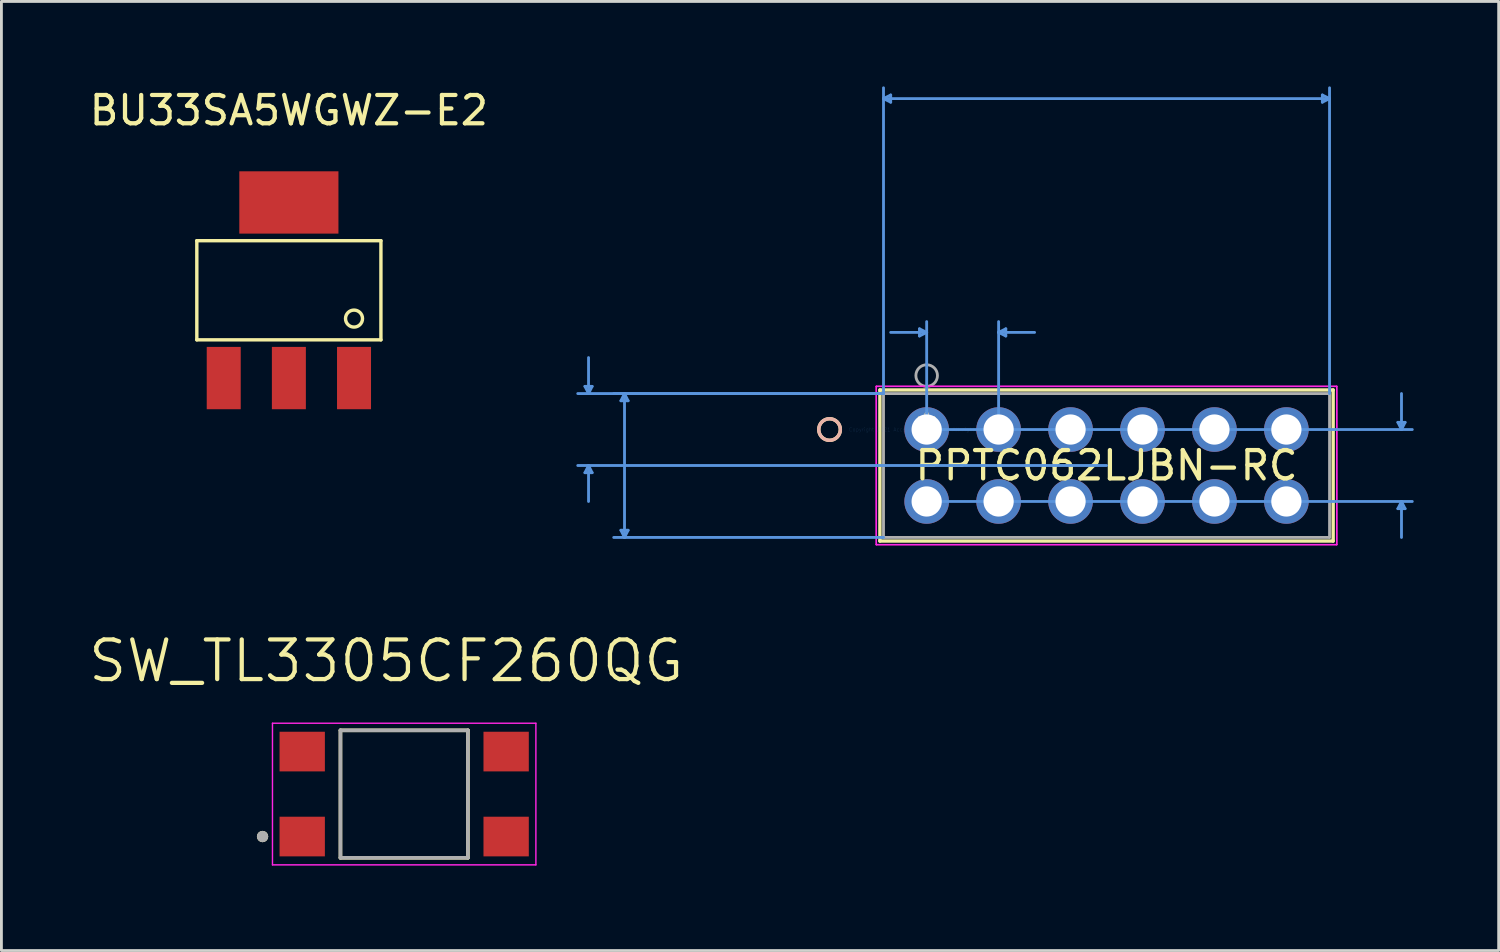
<source format=kicad_pcb>
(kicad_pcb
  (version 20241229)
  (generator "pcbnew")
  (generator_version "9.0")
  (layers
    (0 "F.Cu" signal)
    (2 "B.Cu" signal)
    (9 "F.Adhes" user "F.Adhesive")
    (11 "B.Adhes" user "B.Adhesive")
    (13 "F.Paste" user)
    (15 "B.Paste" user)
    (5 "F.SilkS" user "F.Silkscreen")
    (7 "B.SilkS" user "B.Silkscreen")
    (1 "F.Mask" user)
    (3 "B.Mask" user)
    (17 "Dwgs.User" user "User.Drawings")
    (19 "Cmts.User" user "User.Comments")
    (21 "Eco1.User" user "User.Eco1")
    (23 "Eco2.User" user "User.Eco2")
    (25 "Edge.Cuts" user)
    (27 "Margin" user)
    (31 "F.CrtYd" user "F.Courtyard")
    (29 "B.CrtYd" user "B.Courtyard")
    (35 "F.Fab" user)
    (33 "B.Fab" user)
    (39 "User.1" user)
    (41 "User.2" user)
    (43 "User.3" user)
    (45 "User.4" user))
  (footprint "PPTC062LJBN-RC"
    (layer "F.Cu")
    (at 29.667 12.115)
    (property "Reference" "PPTC062LJBN-RC" (at 6.35 1.27 0) (layer "F.SilkS") (effects (font (size 1 1) (thickness 0.15))))
    (attr through_hole)
    (fp_line (start -1.651 -1.397) (end -1.651 3.937) (stroke (width 0.12) (type solid)) (layer "F.SilkS"))
    (fp_line (start -1.651 3.937) (end 14.351 3.937) (stroke (width 0.12) (type solid)) (layer "F.SilkS"))
    (fp_line (start 14.351 -1.397) (end -1.651 -1.397) (stroke (width 0.12) (type solid)) (layer "F.SilkS"))
    (fp_line (start 14.351 3.937) (end 14.351 -1.397) (stroke (width 0.12) (type solid)) (layer "F.SilkS"))
    (fp_circle (center -3.429 0) (end -3.048 0) (stroke (width 0.12) (type solid)) (fill no) (layer "F.SilkS"))
    (fp_circle (center -3.429 0) (end -3.048 0) (stroke (width 0.12) (type solid)) (fill no) (layer "B.SilkS"))
    (fp_line (start -12.065 -1.524) (end -11.811 -1.524) (stroke (width 0.1) (type solid)) (layer "Cmts.User"))
    (fp_line (start -12.065 1.524) (end -11.811 1.524) (stroke (width 0.1) (type solid)) (layer "Cmts.User"))
    (fp_line (start -11.938 -1.27) (end -12.065 -1.524) (stroke (width 0.1) (type solid)) (layer "Cmts.User"))
    (fp_line (start -11.938 -1.27) (end -11.938 -2.54) (stroke (width 0.1) (type solid)) (layer "Cmts.User"))
    (fp_line (start -11.938 -1.27) (end -11.811 -1.524) (stroke (width 0.1) (type solid)) (layer "Cmts.User"))
    (fp_line (start -11.938 1.27) (end -12.065 1.524) (stroke (width 0.1) (type solid)) (layer "Cmts.User"))
    (fp_line (start -11.938 1.27) (end -11.938 2.54) (stroke (width 0.1) (type solid)) (layer "Cmts.User"))
    (fp_line (start -11.938 1.27) (end -11.811 1.524) (stroke (width 0.1) (type solid)) (layer "Cmts.User"))
    (fp_line (start -10.795 -1.016) (end -10.541 -1.016) (stroke (width 0.1) (type solid)) (layer "Cmts.User"))
    (fp_line (start -10.795 3.556) (end -10.541 3.556) (stroke (width 0.1) (type solid)) (layer "Cmts.User"))
    (fp_line (start -10.668 -1.27) (end -10.795 -1.016) (stroke (width 0.1) (type solid)) (layer "Cmts.User"))
    (fp_line (start -10.668 -1.27) (end -10.668 3.81) (stroke (width 0.1) (type solid)) (layer "Cmts.User"))
    (fp_line (start -10.668 -1.27) (end -10.541 -1.016) (stroke (width 0.1) (type solid)) (layer "Cmts.User"))
    (fp_line (start -10.668 3.81) (end -10.795 3.556) (stroke (width 0.1) (type solid)) (layer "Cmts.User"))
    (fp_line (start -10.668 3.81) (end -10.541 3.556) (stroke (width 0.1) (type solid)) (layer "Cmts.User"))
    (fp_line (start -1.524 -11.684) (end -1.27 -11.811) (stroke (width 0.1) (type solid)) (layer "Cmts.User"))
    (fp_line (start -1.524 -11.684) (end -1.27 -11.557) (stroke (width 0.1) (type solid)) (layer "Cmts.User"))
    (fp_line (start -1.524 -11.684) (end 14.224 -11.684) (stroke (width 0.1) (type solid)) (layer "Cmts.User"))
    (fp_line (start -1.524 -1.27) (end -12.319 -1.27) (stroke (width 0.1) (type solid)) (layer "Cmts.User"))
    (fp_line (start -1.524 -1.27) (end -11.049 -1.27) (stroke (width 0.1) (type solid)) (layer "Cmts.User"))
    (fp_line (start -1.524 -1.27) (end -1.524 -12.065) (stroke (width 0.1) (type solid)) (layer "Cmts.User"))
    (fp_line (start -1.524 3.81) (end -11.049 3.81) (stroke (width 0.1) (type solid)) (layer "Cmts.User"))
    (fp_line (start -1.27 -11.811) (end -1.27 -11.557) (stroke (width 0.1) (type solid)) (layer "Cmts.User"))
    (fp_line (start -0.254 -3.556) (end -0.254 -3.302) (stroke (width 0.1) (type solid)) (layer "Cmts.User"))
    (fp_line (start 0 -3.429) (end -1.27 -3.429) (stroke (width 0.1) (type solid)) (layer "Cmts.User"))
    (fp_line (start 0 -3.429) (end -0.254 -3.556) (stroke (width 0.1) (type solid)) (layer "Cmts.User"))
    (fp_line (start 0 -3.429) (end -0.254 -3.302) (stroke (width 0.1) (type solid)) (layer "Cmts.User"))
    (fp_line (start 0 0) (end 0 -3.81) (stroke (width 0.1) (type solid)) (layer "Cmts.User"))
    (fp_line (start 0 0) (end 17.145 0) (stroke (width 0.1) (type solid)) (layer "Cmts.User"))
    (fp_line (start 0 2.54) (end 17.145 2.54) (stroke (width 0.1) (type solid)) (layer "Cmts.User"))
    (fp_line (start 2.54 -3.429) (end 2.794 -3.556) (stroke (width 0.1) (type solid)) (layer "Cmts.User"))
    (fp_line (start 2.54 -3.429) (end 2.794 -3.302) (stroke (width 0.1) (type solid)) (layer "Cmts.User"))
    (fp_line (start 2.54 -3.429) (end 3.81 -3.429) (stroke (width 0.1) (type solid)) (layer "Cmts.User"))
    (fp_line (start 2.54 0) (end 2.54 -3.81) (stroke (width 0.1) (type solid)) (layer "Cmts.User"))
    (fp_line (start 2.794 -3.556) (end 2.794 -3.302) (stroke (width 0.1) (type solid)) (layer "Cmts.User"))
    (fp_line (start 6.35 1.27) (end -12.319 1.27) (stroke (width 0.1) (type solid)) (layer "Cmts.User"))
    (fp_line (start 13.97 -11.811) (end 13.97 -11.557) (stroke (width 0.1) (type solid)) (layer "Cmts.User"))
    (fp_line (start 14.224 -11.684) (end 13.97 -11.811) (stroke (width 0.1) (type solid)) (layer "Cmts.User"))
    (fp_line (start 14.224 -11.684) (end 13.97 -11.557) (stroke (width 0.1) (type solid)) (layer "Cmts.User"))
    (fp_line (start 14.224 -1.27) (end 14.224 -12.065) (stroke (width 0.1) (type solid)) (layer "Cmts.User"))
    (fp_line (start 16.637 -0.254) (end 16.891 -0.254) (stroke (width 0.1) (type solid)) (layer "Cmts.User"))
    (fp_line (start 16.637 2.794) (end 16.891 2.794) (stroke (width 0.1) (type solid)) (layer "Cmts.User"))
    (fp_line (start 16.764 0) (end 16.637 -0.254) (stroke (width 0.1) (type solid)) (layer "Cmts.User"))
    (fp_line (start 16.764 0) (end 16.764 -1.27) (stroke (width 0.1) (type solid)) (layer "Cmts.User"))
    (fp_line (start 16.764 0) (end 16.891 -0.254) (stroke (width 0.1) (type solid)) (layer "Cmts.User"))
    (fp_line (start 16.764 2.54) (end 16.637 2.794) (stroke (width 0.1) (type solid)) (layer "Cmts.User"))
    (fp_line (start 16.764 2.54) (end 16.764 3.81) (stroke (width 0.1) (type solid)) (layer "Cmts.User"))
    (fp_line (start 16.764 2.54) (end 16.891 2.794) (stroke (width 0.1) (type solid)) (layer "Cmts.User"))
    (fp_line (start -1.778 -1.524) (end -1.778 4.064) (stroke (width 0.05) (type solid)) (layer "F.CrtYd"))
    (fp_line (start -1.778 -1.524) (end -1.778 4.064) (stroke (width 0.05) (type solid)) (layer "F.CrtYd"))
    (fp_line (start -1.778 4.064) (end 14.478 4.064) (stroke (width 0.05) (type solid)) (layer "F.CrtYd"))
    (fp_line (start -1.778 4.064) (end 14.478 4.064) (stroke (width 0.05) (type solid)) (layer "F.CrtYd"))
    (fp_line (start 14.478 -1.524) (end -1.778 -1.524) (stroke (width 0.05) (type solid)) (layer "F.CrtYd"))
    (fp_line (start 14.478 -1.524) (end -1.778 -1.524) (stroke (width 0.05) (type solid)) (layer "F.CrtYd"))
    (fp_line (start 14.478 4.064) (end 14.478 -1.524) (stroke (width 0.05) (type solid)) (layer "F.CrtYd"))
    (fp_line (start 14.478 4.064) (end 14.478 -1.524) (stroke (width 0.05) (type solid)) (layer "F.CrtYd"))
    (fp_line (start -1.524 -1.27) (end -1.524 3.81) (stroke (width 0.1) (type solid)) (layer "F.Fab"))
    (fp_line (start -1.524 3.81) (end 14.224 3.81) (stroke (width 0.1) (type solid)) (layer "F.Fab"))
    (fp_line (start 14.224 -1.27) (end -1.524 -1.27) (stroke (width 0.1) (type solid)) (layer "F.Fab"))
    (fp_line (start 14.224 3.81) (end 14.224 -1.27) (stroke (width 0.1) (type solid)) (layer "F.Fab"))
    (fp_circle (center 0 -1.905) (end 0.381 -1.905) (stroke (width 0.1) (type solid)) (fill no) (layer "F.Fab"))
    (fp_text user "*" (at 0 0 0) (layer "F.SilkS") (effects (font (size 1 1) (thickness 0.15))))
    (fp_text user "Copyright 2021 Accelerated Designs. All rights reserved." (at 0 0 0) (layer "Cmts.User") (effects (font (size 0.127 0.127) (thickness 0.002))))
    (fp_text user "*" (at 0 0 0) (layer "F.Fab") (effects (font (size 1 1) (thickness 0.15))))
    (pad "1" thru_hole circle (at 0 0) (size 1.575 1.575) (drill 1.067) (layers "*.Cu" "*.Mask"))
    (pad "2" thru_hole circle (at 2.54 0) (size 1.575 1.575) (drill 1.067) (layers "*.Cu" "*.Mask"))
    (pad "3" thru_hole circle (at 5.08 0) (size 1.575 1.575) (drill 1.067) (layers "*.Cu" "*.Mask"))
    (pad "4" thru_hole circle (at 7.62 0) (size 1.575 1.575) (drill 1.067) (layers "*.Cu" "*.Mask"))
    (pad "5" thru_hole circle (at 10.16 0) (size 1.575 1.575) (drill 1.067) (layers "*.Cu" "*.Mask"))
    (pad "6" thru_hole circle (at 12.7 0) (size 1.575 1.575) (drill 1.067) (layers "*.Cu" "*.Mask"))
    (pad "7" thru_hole circle (at 0 2.54) (size 1.575 1.575) (drill 1.067) (layers "*.Cu" "*.Mask"))
    (pad "8" thru_hole circle (at 2.54 2.54) (size 1.575 1.575) (drill 1.067) (layers "*.Cu" "*.Mask"))
    (pad "9" thru_hole circle (at 5.08 2.54) (size 1.575 1.575) (drill 1.067) (layers "*.Cu" "*.Mask"))
    (pad "10" thru_hole circle (at 7.62 2.54) (size 1.575 1.575) (drill 1.067) (layers "*.Cu" "*.Mask"))
    (pad "11" thru_hole circle (at 10.16 2.54) (size 1.575 1.575) (drill 1.067) (layers "*.Cu" "*.Mask"))
    (pad "12" thru_hole circle (at 12.7 2.54) (size 1.575 1.575) (drill 1.067) (layers "*.Cu" "*.Mask")))
  (footprint "BU33SA5WGWZ-E2"
    (layer "F.Cu")
    (at 7.149 7.198)
    (property "Reference" "BU33SA5WGWZ-E2" (at 0 -6.35 0) (layer "F.SilkS") (effects (font (size 1 1) (thickness 0.15))))
    (attr smd)
    (fp_line (start -3.25 1.75) (end -3.25 -1.75) (stroke (width 0.12) (type solid)) (layer "F.SilkS"))
    (fp_line (start -3.25 1.75) (end 3.25 1.75) (stroke (width 0.12) (type solid)) (layer "F.SilkS"))
    (fp_line (start 3.25 -1.75) (end -3.25 -1.75) (stroke (width 0.12) (type solid)) (layer "F.SilkS"))
    (fp_line (start 3.25 1.75) (end 3.25 -1.75) (stroke (width 0.12) (type solid)) (layer "F.SilkS"))
    (fp_circle (center 2.3 1) (end 2.6 1) (stroke (width 0.12) (type solid)) (fill no) (layer "F.SilkS"))
    (pad "1" smd rect (at 2.3 3.1) (size 1.2 2.2) (layers "F.Cu" "F.Mask" "F.Paste"))
    (pad "2" smd rect (at 0 3.1) (size 1.2 2.2) (layers "F.Cu" "F.Mask" "F.Paste"))
    (pad "3" smd rect (at -2.3 3.1) (size 1.2 2.2) (layers "F.Cu" "F.Mask" "F.Paste"))
    (pad "Vout" smd rect (at 0 -3.1) (size 3.5 2.2) (layers "F.Cu" "F.Mask" "F.Paste")))
  (footprint "SW_TL3305CF260QG"
    (layer "F.Cu")
    (at 11.22 24.985)
    (property "Reference" "SW_TL3305CF260QG" (at -0.635 -4.699 0) (layer "F.SilkS") (effects (font (size 1.4 1.4) (thickness 0.15))))
    (attr through_hole)
    (fp_line (start -2.25 -2.25) (end -2.25 2.25) (stroke (width 0.127) (type solid)) (layer "F.SilkS"))
    (fp_line (start -2.25 2.25) (end 2.25 2.25) (stroke (width 0.127) (type solid)) (layer "F.SilkS"))
    (fp_line (start 2.25 -2.25) (end -2.25 -2.25) (stroke (width 0.127) (type solid)) (layer "F.SilkS"))
    (fp_line (start 2.25 2.25) (end 2.25 -2.25) (stroke (width 0.127) (type solid)) (layer "F.SilkS"))
    (fp_circle (center -5 1.5) (end -4.9 1.5) (stroke (width 0.2) (type solid)) (fill no) (layer "F.SilkS"))
    (fp_line (start -4.65 -2.5) (end 4.65 -2.5) (stroke (width 0.05) (type solid)) (layer "F.CrtYd"))
    (fp_line (start -4.65 2.5) (end -4.65 -2.5) (stroke (width 0.05) (type solid)) (layer "F.CrtYd"))
    (fp_line (start 4.65 -2.5) (end 4.65 2.5) (stroke (width 0.05) (type solid)) (layer "F.CrtYd"))
    (fp_line (start 4.65 2.5) (end -4.65 2.5) (stroke (width 0.05) (type solid)) (layer "F.CrtYd"))
    (fp_line (start -2.25 -2.25) (end 2.25 -2.25) (stroke (width 0.127) (type solid)) (layer "F.Fab"))
    (fp_line (start -2.25 2.25) (end -2.25 -2.25) (stroke (width 0.127) (type solid)) (layer "F.Fab"))
    (fp_line (start 2.25 -2.25) (end 2.25 2.25) (stroke (width 0.127) (type solid)) (layer "F.Fab"))
    (fp_line (start 2.25 2.25) (end -2.25 2.25) (stroke (width 0.127) (type solid)) (layer "F.Fab"))
    (fp_circle (center -5 1.5) (end -4.9 1.5) (stroke (width 0.2) (type solid)) (fill no) (layer "F.Fab"))
    (pad "1" smd rect (at -3.6 1.5) (size 1.6 1.4) (layers "F.Cu" "F.Mask" "F.Paste"))
    (pad "2" smd rect (at 3.6 1.5) (size 1.6 1.4) (layers "F.Cu" "F.Mask" "F.Paste"))
    (pad "3" smd rect (at -3.6 -1.5) (size 1.6 1.4) (layers "F.Cu" "F.Mask" "F.Paste"))
    (pad "4" smd rect (at 3.6 -1.5) (size 1.6 1.4) (layers "F.Cu" "F.Mask" "F.Paste")))
  (gr_rect
    (start -3 -3)
    (end 49.862 30.51)
    (stroke (width 0.1) (type default))
    (fill no)
    (layer "Edge.Cuts")))
</source>
